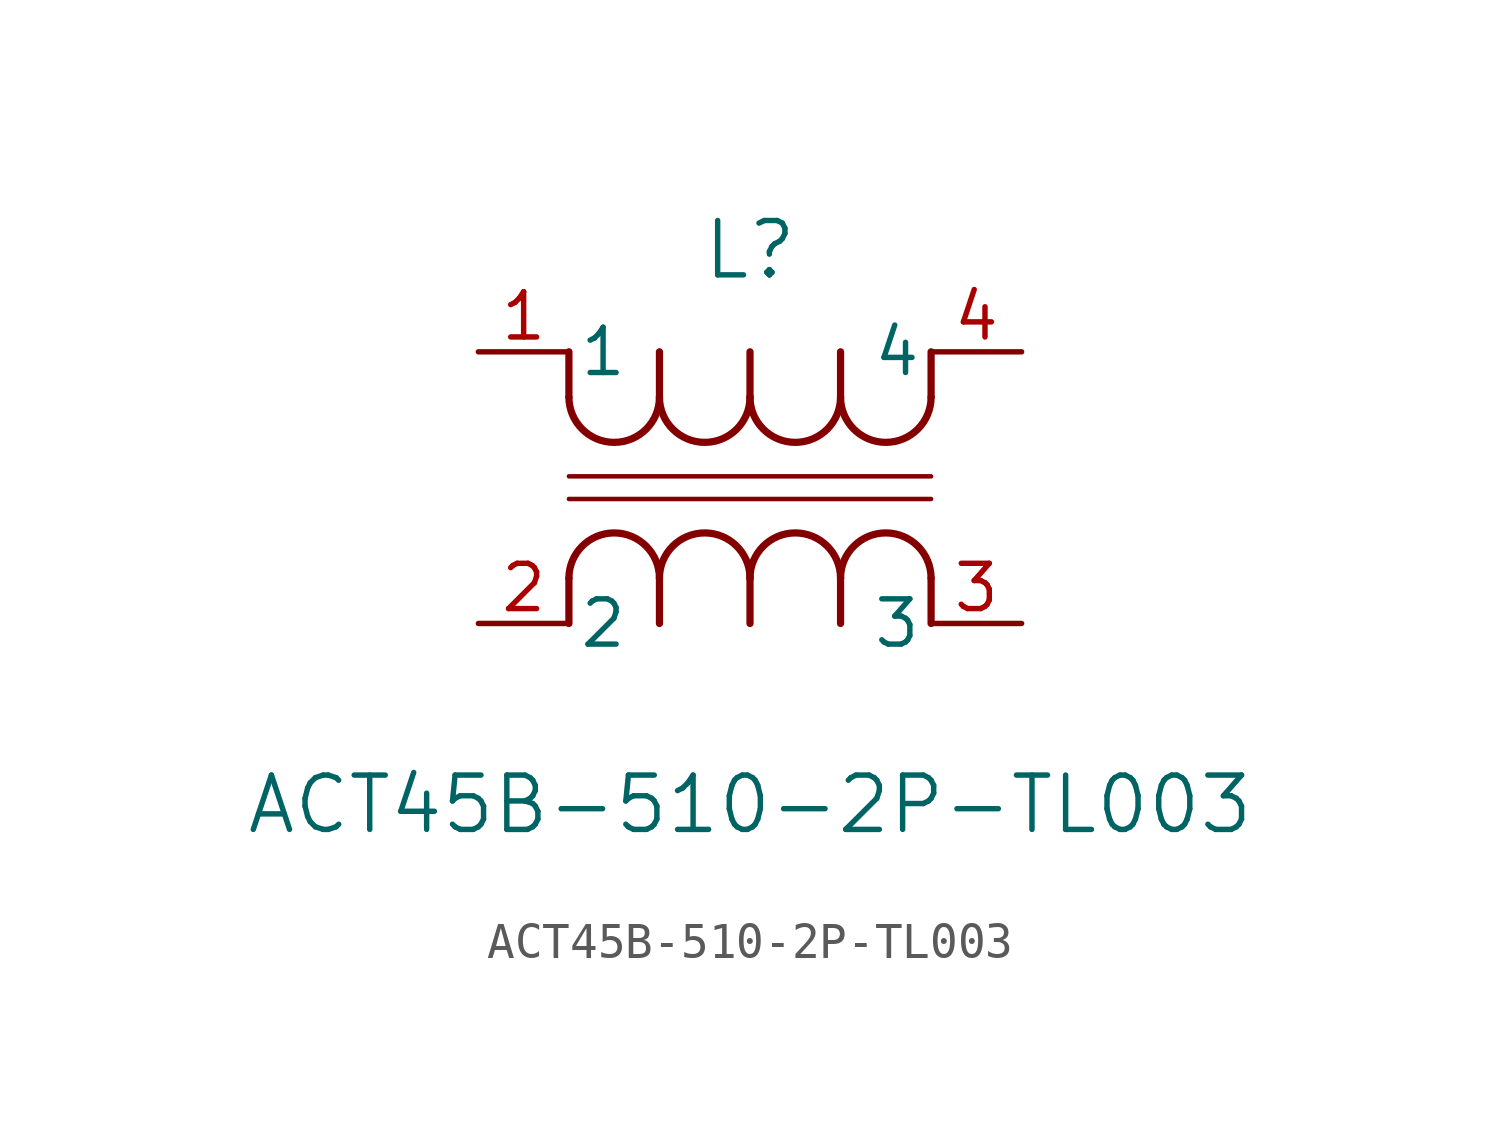
<source format=kicad_sym>
(kicad_symbol_lib
  (version 20231120)
  (generator "kicad_symbol_editor")
  (generator_version "8.0")
  (symbol "ACT45B-510-2P-TL003"
    (pin_names
      (offset 0.254))
    (property "Reference" "L"
      (at 7.62 2.857 0)
      (effects (font (size 1.524 1.524))))
    (property "Value" "ACT45B-510-2P-TL003"
      (at 7.62 -12.7 0)
      (effects (font (size 1.524 1.524))))
    (symbol "ACT45B-510-2P-TL003_0_1"
      (polyline (pts (xy 2.54 -7.62) (xy 2.54 -6.35)) (stroke (width 0.203) (type default)) (fill (type none)))
      (polyline (pts (xy 2.54 -3.493) (xy 12.7 -3.493)) (stroke (width 0.127) (type default)) (fill (type none)))
      (polyline (pts (xy 2.54 0) (xy 2.54 -1.27)) (stroke (width 0.203) (type default)) (fill (type none)))
      (polyline (pts (xy 5.08 -7.62) (xy 5.08 -6.35)) (stroke (width 0.203) (type default)) (fill (type none)))
      (polyline (pts (xy 5.08 0) (xy 5.08 -1.27)) (stroke (width 0.203) (type default)) (fill (type none)))
      (polyline (pts (xy 7.62 -7.62) (xy 7.62 -6.35)) (stroke (width 0.203) (type default)) (fill (type none)))
      (polyline (pts (xy 7.62 0) (xy 7.62 -1.27)) (stroke (width 0.203) (type default)) (fill (type none)))
      (polyline (pts (xy 10.16 -7.62) (xy 10.16 -6.35)) (stroke (width 0.203) (type default)) (fill (type none)))
      (polyline (pts (xy 10.16 0) (xy 10.16 -1.27)) (stroke (width 0.203) (type default)) (fill (type none)))
      (polyline (pts (xy 12.7 -7.62) (xy 12.7 -6.35)) (stroke (width 0.203) (type default)) (fill (type none)))
      (polyline (pts (xy 12.7 -4.128) (xy 2.54 -4.128)) (stroke (width 0.127) (type default)) (fill (type none)))
      (polyline (pts (xy 12.7 0) (xy 12.7 -1.27)) (stroke (width 0.203) (type default)) (fill (type none)))
      (arc (start 2.54 -1.27) (mid 3.81 -2.5345) (end 5.08 -1.27) (stroke (width 0.2032) (type default)) (fill (type none)))
      (arc (start 5.08 -6.35) (mid 3.81 -5.0855) (end 2.54 -6.35) (stroke (width 0.2032) (type default)) (fill (type none)))
      (arc (start 5.08 -1.27) (mid 6.35 -2.5345) (end 7.62 -1.27) (stroke (width 0.2032) (type default)) (fill (type none)))
      (arc (start 7.62 -6.35) (mid 6.35 -5.0855) (end 5.08 -6.35) (stroke (width 0.2032) (type default)) (fill (type none)))
      (arc (start 7.62 -1.27) (mid 8.89 -2.5345) (end 10.16 -1.27) (stroke (width 0.2032) (type default)) (fill (type none)))
      (arc (start 10.16 -6.35) (mid 8.89 -5.0855) (end 7.62 -6.35) (stroke (width 0.2032) (type default)) (fill (type none)))
      (arc (start 10.16 -1.27) (mid 11.43 -2.5345) (end 12.7 -1.27) (stroke (width 0.2032) (type default)) (fill (type none)))
      (arc (start 12.7 -6.35) (mid 11.43 -5.0855) (end 10.16 -6.35) (stroke (width 0.2032) (type default)) (fill (type none))))
    (symbol "ACT45B-510-2P-TL003_1_1"
      (pin passive line (at 0 0 0) (length 2.54) (name "1" (effects (font (size 1.27 1.27)))) (number "1" (effects (font (size 1.27 1.27)))))
      (pin passive line (at 0 -7.62 0) (length 2.54) (name "2" (effects (font (size 1.27 1.27)))) (number "2" (effects (font (size 1.27 1.27)))))
      (pin passive line (at 15.24 -7.62 180) (length 2.54) (name "3" (effects (font (size 1.27 1.27)))) (number "3" (effects (font (size 1.27 1.27)))))
      (pin passive line (at 15.24 0 180) (length 2.54) (name "4" (effects (font (size 1.27 1.27)))) (number "4" (effects (font (size 1.27 1.27))))))))
</source>
